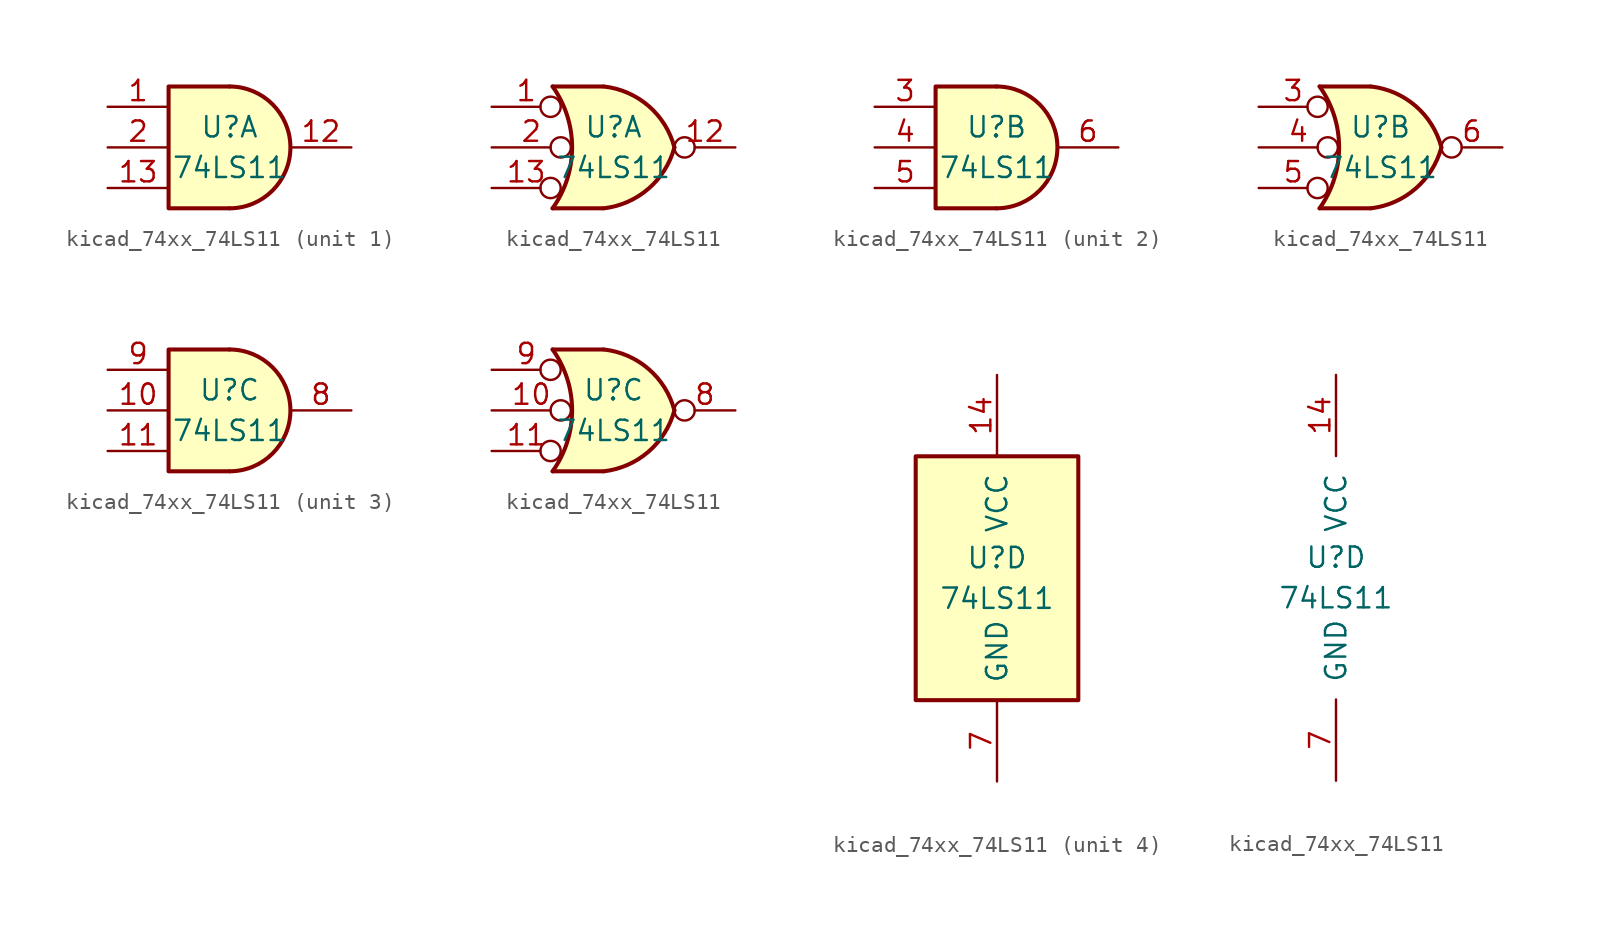
<source format=kicad_sym>
(kicad_symbol_lib
  (version 20220914)
  (generator kicad_symbol_editor)
  (symbol "kicad_74xx_74LS11"
    (pin_names
      (offset 1.016))
    (property "Reference" "U"
      (at 0 1.27 0)
      (effects (font (size 1.27 1.27))))
    (property "Value" "74LS11"
      (at 0 -1.27 0)
      (effects (font (size 1.27 1.27))))
    (property "ki_locked" ""
      (at 0 0 0)
      (effects (font (size 1.27 1.27))))
    (symbol "kicad_74xx_74LS11_1_1"
      (arc (start 0 -3.81) (mid 3.7934 0) (end 0 3.81) (stroke (width 0.254) (type default)) (fill (type background)))
      (polyline (pts (xy 0 3.81) (xy -3.81 3.81) (xy -3.81 -3.81) (xy 0 -3.81)) (stroke (width 0.254) (type default)) (fill (type background)))
      (pin input line (at -7.62 2.54 0) (length 3.81) (name "~" (effects (font (size 1.27 1.27)))) (number "1" (effects (font (size 1.27 1.27)))))
      (pin output line (at 7.62 0 180) (length 3.81) (name "~" (effects (font (size 1.27 1.27)))) (number "12" (effects (font (size 1.27 1.27)))))
      (pin input line (at -7.62 -2.54 0) (length 3.81) (name "~" (effects (font (size 1.27 1.27)))) (number "13" (effects (font (size 1.27 1.27)))))
      (pin input line (at -7.62 0 0) (length 3.81) (name "~" (effects (font (size 1.27 1.27)))) (number "2" (effects (font (size 1.27 1.27))))))
    (symbol "kicad_74xx_74LS11_1_2"
      (arc (start -3.81 -3.81) (mid -2.589 0) (end -3.81 3.81) (stroke (width 0.254) (type default)) (fill (type none)))
      (arc (start -0.6096 -3.81) (mid 2.1842 -2.5851) (end 3.81 0) (stroke (width 0.254) (type default)) (fill (type background)))
      (polyline (pts (xy -3.81 -3.81) (xy -0.635 -3.81)) (stroke (width 0.254) (type default)) (fill (type background)))
      (polyline (pts (xy -3.81 3.81) (xy -0.635 3.81)) (stroke (width 0.254) (type default)) (fill (type background)))
      (polyline (pts (xy -0.635 3.81) (xy -3.81 3.81) (xy -3.81 3.81) (xy -3.556 3.404) (xy -3.023 2.261) (xy -2.692 1.041) (xy -2.616 -0.254) (xy -2.769 -1.499) (xy -3.175 -2.718) (xy -3.81 -3.81) (xy -3.81 -3.81) (xy -0.635 -3.81)) (stroke (width -25.4) (type default)) (fill (type background)))
      (arc (start 3.81 0) (mid 2.1915 2.5936) (end -0.6096 3.81) (stroke (width 0.254) (type default)) (fill (type background)))
      (pin input inverted (at -7.62 2.54 0) (length 4.318) (name "~" (effects (font (size 1.27 1.27)))) (number "1" (effects (font (size 1.27 1.27)))))
      (pin output inverted (at 7.62 0 180) (length 3.81) (name "~" (effects (font (size 1.27 1.27)))) (number "12" (effects (font (size 1.27 1.27)))))
      (pin input inverted (at -7.62 -2.54 0) (length 4.318) (name "~" (effects (font (size 1.27 1.27)))) (number "13" (effects (font (size 1.27 1.27)))))
      (pin input inverted (at -7.62 0 0) (length 4.953) (name "~" (effects (font (size 1.27 1.27)))) (number "2" (effects (font (size 1.27 1.27))))))
    (symbol "kicad_74xx_74LS11_2_1"
      (arc (start 0 -3.81) (mid 3.7934 0) (end 0 3.81) (stroke (width 0.254) (type default)) (fill (type background)))
      (polyline (pts (xy 0 3.81) (xy -3.81 3.81) (xy -3.81 -3.81) (xy 0 -3.81)) (stroke (width 0.254) (type default)) (fill (type background)))
      (pin input line (at -7.62 2.54 0) (length 3.81) (name "~" (effects (font (size 1.27 1.27)))) (number "3" (effects (font (size 1.27 1.27)))))
      (pin input line (at -7.62 0 0) (length 3.81) (name "~" (effects (font (size 1.27 1.27)))) (number "4" (effects (font (size 1.27 1.27)))))
      (pin input line (at -7.62 -2.54 0) (length 3.81) (name "~" (effects (font (size 1.27 1.27)))) (number "5" (effects (font (size 1.27 1.27)))))
      (pin output line (at 7.62 0 180) (length 3.81) (name "~" (effects (font (size 1.27 1.27)))) (number "6" (effects (font (size 1.27 1.27))))))
    (symbol "kicad_74xx_74LS11_2_2"
      (arc (start -3.81 -3.81) (mid -2.589 0) (end -3.81 3.81) (stroke (width 0.254) (type default)) (fill (type none)))
      (arc (start -0.6096 -3.81) (mid 2.1842 -2.5851) (end 3.81 0) (stroke (width 0.254) (type default)) (fill (type background)))
      (polyline (pts (xy -3.81 -3.81) (xy -0.635 -3.81)) (stroke (width 0.254) (type default)) (fill (type background)))
      (polyline (pts (xy -3.81 3.81) (xy -0.635 3.81)) (stroke (width 0.254) (type default)) (fill (type background)))
      (polyline (pts (xy -0.635 3.81) (xy -3.81 3.81) (xy -3.81 3.81) (xy -3.556 3.404) (xy -3.023 2.261) (xy -2.692 1.041) (xy -2.616 -0.254) (xy -2.769 -1.499) (xy -3.175 -2.718) (xy -3.81 -3.81) (xy -3.81 -3.81) (xy -0.635 -3.81)) (stroke (width -25.4) (type default)) (fill (type background)))
      (arc (start 3.81 0) (mid 2.1915 2.5936) (end -0.6096 3.81) (stroke (width 0.254) (type default)) (fill (type background)))
      (pin input inverted (at -7.62 2.54 0) (length 4.318) (name "~" (effects (font (size 1.27 1.27)))) (number "3" (effects (font (size 1.27 1.27)))))
      (pin input inverted (at -7.62 0 0) (length 4.953) (name "~" (effects (font (size 1.27 1.27)))) (number "4" (effects (font (size 1.27 1.27)))))
      (pin input inverted (at -7.62 -2.54 0) (length 4.318) (name "~" (effects (font (size 1.27 1.27)))) (number "5" (effects (font (size 1.27 1.27)))))
      (pin output inverted (at 7.62 0 180) (length 3.81) (name "~" (effects (font (size 1.27 1.27)))) (number "6" (effects (font (size 1.27 1.27))))))
    (symbol "kicad_74xx_74LS11_3_1"
      (arc (start 0 -3.81) (mid 3.7934 0) (end 0 3.81) (stroke (width 0.254) (type default)) (fill (type background)))
      (polyline (pts (xy 0 3.81) (xy -3.81 3.81) (xy -3.81 -3.81) (xy 0 -3.81)) (stroke (width 0.254) (type default)) (fill (type background)))
      (pin input line (at -7.62 0 0) (length 3.81) (name "~" (effects (font (size 1.27 1.27)))) (number "10" (effects (font (size 1.27 1.27)))))
      (pin input line (at -7.62 -2.54 0) (length 3.81) (name "~" (effects (font (size 1.27 1.27)))) (number "11" (effects (font (size 1.27 1.27)))))
      (pin output line (at 7.62 0 180) (length 3.81) (name "~" (effects (font (size 1.27 1.27)))) (number "8" (effects (font (size 1.27 1.27)))))
      (pin input line (at -7.62 2.54 0) (length 3.81) (name "~" (effects (font (size 1.27 1.27)))) (number "9" (effects (font (size 1.27 1.27))))))
    (symbol "kicad_74xx_74LS11_3_2"
      (arc (start -3.81 -3.81) (mid -2.589 0) (end -3.81 3.81) (stroke (width 0.254) (type default)) (fill (type none)))
      (arc (start -0.6096 -3.81) (mid 2.1842 -2.5851) (end 3.81 0) (stroke (width 0.254) (type default)) (fill (type background)))
      (polyline (pts (xy -3.81 -3.81) (xy -0.635 -3.81)) (stroke (width 0.254) (type default)) (fill (type background)))
      (polyline (pts (xy -3.81 3.81) (xy -0.635 3.81)) (stroke (width 0.254) (type default)) (fill (type background)))
      (polyline (pts (xy -0.635 3.81) (xy -3.81 3.81) (xy -3.81 3.81) (xy -3.556 3.404) (xy -3.023 2.261) (xy -2.692 1.041) (xy -2.616 -0.254) (xy -2.769 -1.499) (xy -3.175 -2.718) (xy -3.81 -3.81) (xy -3.81 -3.81) (xy -0.635 -3.81)) (stroke (width -25.4) (type default)) (fill (type background)))
      (arc (start 3.81 0) (mid 2.1915 2.5936) (end -0.6096 3.81) (stroke (width 0.254) (type default)) (fill (type background)))
      (pin input inverted (at -7.62 0 0) (length 4.953) (name "~" (effects (font (size 1.27 1.27)))) (number "10" (effects (font (size 1.27 1.27)))))
      (pin input inverted (at -7.62 -2.54 0) (length 4.318) (name "~" (effects (font (size 1.27 1.27)))) (number "11" (effects (font (size 1.27 1.27)))))
      (pin output inverted (at 7.62 0 180) (length 3.81) (name "~" (effects (font (size 1.27 1.27)))) (number "8" (effects (font (size 1.27 1.27)))))
      (pin input inverted (at -7.62 2.54 0) (length 4.318) (name "~" (effects (font (size 1.27 1.27)))) (number "9" (effects (font (size 1.27 1.27))))))
    (symbol "kicad_74xx_74LS11_4_0"
      (pin power_in line (at 0 12.7 270) (length 5.08) (name "VCC" (effects (font (size 1.27 1.27)))) (number "14" (effects (font (size 1.27 1.27)))))
      (pin power_in line (at 0 -12.7 90) (length 5.08) (name "GND" (effects (font (size 1.27 1.27)))) (number "7" (effects (font (size 1.27 1.27))))))
    (symbol "kicad_74xx_74LS11_4_1"
      (rectangle (start -5.08 7.62) (end 5.08 -7.62) (stroke (width 0.254) (type default)) (fill (type background))))))
</source>
